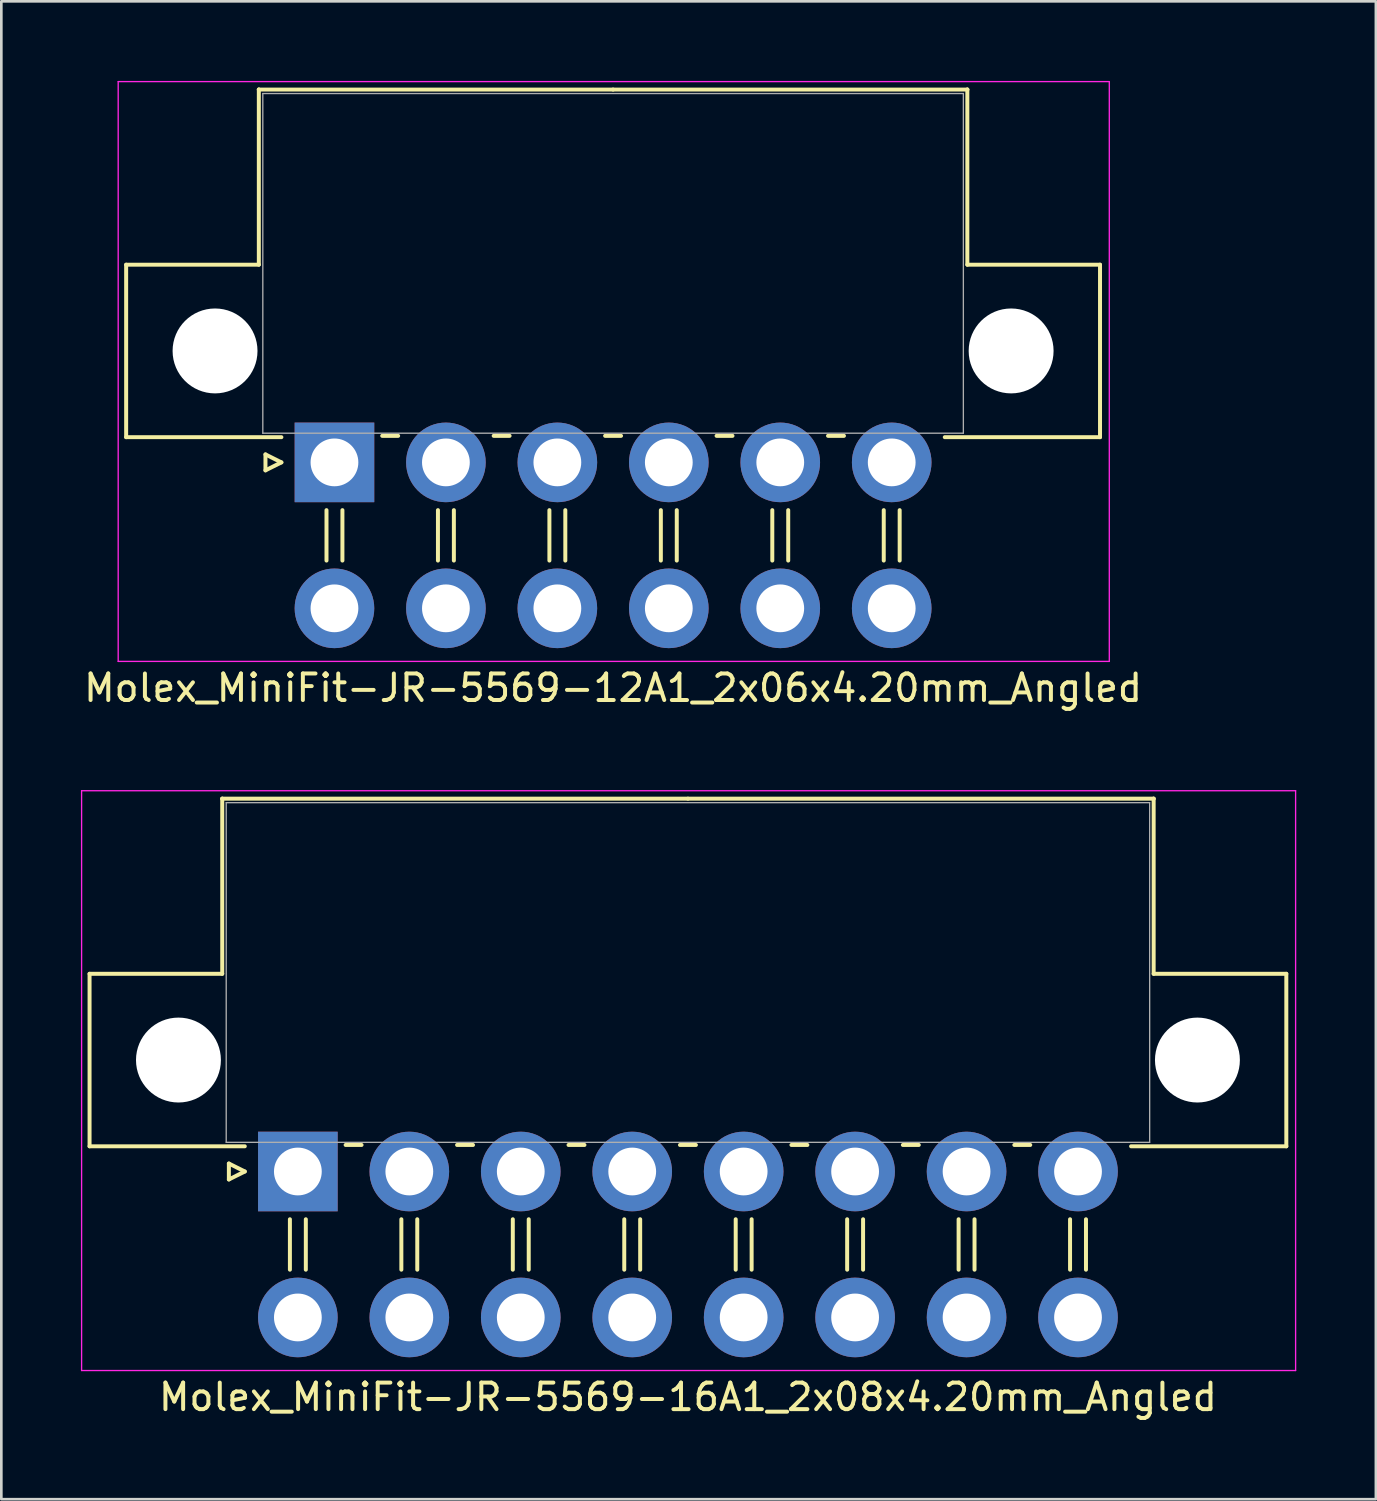
<source format=kicad_pcb>
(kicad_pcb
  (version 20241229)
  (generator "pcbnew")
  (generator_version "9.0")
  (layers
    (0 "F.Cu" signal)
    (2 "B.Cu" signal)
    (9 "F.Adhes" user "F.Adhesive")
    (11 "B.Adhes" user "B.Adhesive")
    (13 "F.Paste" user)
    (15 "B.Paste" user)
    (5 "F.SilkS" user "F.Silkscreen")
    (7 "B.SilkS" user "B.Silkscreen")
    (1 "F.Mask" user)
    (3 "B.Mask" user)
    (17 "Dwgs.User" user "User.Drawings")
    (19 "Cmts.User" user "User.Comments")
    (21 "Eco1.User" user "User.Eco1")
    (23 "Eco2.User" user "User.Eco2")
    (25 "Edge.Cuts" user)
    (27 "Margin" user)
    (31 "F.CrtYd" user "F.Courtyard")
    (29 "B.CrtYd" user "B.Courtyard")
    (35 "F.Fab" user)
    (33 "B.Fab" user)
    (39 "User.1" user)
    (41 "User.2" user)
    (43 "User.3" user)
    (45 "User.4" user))
  (footprint "Molex_MiniFit-JR-5569-12A1_2x06x4.20mm_Angled"
    (layer "F.Cu")
    (at 9.554 14.375)
    (property "Reference" "Molex_MiniFit-JR-5569-12A1_2x06x4.20mm_Angled" (at 10.5 8.5 0) (layer "F.SilkS") (effects (font (size 1 1) (thickness 0.15))))
    (attr through_hole)
    (fp_line (start -7.85 -7.45) (end -7.85 -0.95) (stroke (width 0.15) (type solid)) (layer "F.SilkS"))
    (fp_line (start -7.85 -0.95) (end -2 -0.95) (stroke (width 0.15) (type solid)) (layer "F.SilkS"))
    (fp_line (start -2.85 -14.05) (end -2.85 -14.05) (stroke (width 0.15) (type solid)) (layer "F.SilkS"))
    (fp_line (start -2.85 -14.05) (end -2.85 -7.45) (stroke (width 0.15) (type solid)) (layer "F.SilkS"))
    (fp_line (start -2.85 -7.45) (end -7.85 -7.45) (stroke (width 0.15) (type solid)) (layer "F.SilkS"))
    (fp_line (start -2.6 -0.3) (end -2 0) (stroke (width 0.15) (type solid)) (layer "F.SilkS"))
    (fp_line (start -2.6 0.3) (end -2.6 -0.3) (stroke (width 0.15) (type solid)) (layer "F.SilkS"))
    (fp_line (start -2 0) (end -2.6 0.3) (stroke (width 0.15) (type solid)) (layer "F.SilkS"))
    (fp_line (start -0.3 1.8) (end -0.3 3.7) (stroke (width 0.15) (type solid)) (layer "F.SilkS"))
    (fp_line (start 0.3 1.8) (end 0.3 3.7) (stroke (width 0.15) (type solid)) (layer "F.SilkS"))
    (fp_line (start 1.8 -1) (end 2.4 -1) (stroke (width 0.15) (type solid)) (layer "F.SilkS"))
    (fp_line (start 3.9 1.8) (end 3.9 3.7) (stroke (width 0.15) (type solid)) (layer "F.SilkS"))
    (fp_line (start 4.5 1.8) (end 4.5 3.7) (stroke (width 0.15) (type solid)) (layer "F.SilkS"))
    (fp_line (start 6 -1) (end 6.6 -1) (stroke (width 0.15) (type solid)) (layer "F.SilkS"))
    (fp_line (start 8.1 1.8) (end 8.1 3.7) (stroke (width 0.15) (type solid)) (layer "F.SilkS"))
    (fp_line (start 8.7 1.8) (end 8.7 3.7) (stroke (width 0.15) (type solid)) (layer "F.SilkS"))
    (fp_line (start 10.2 -1) (end 10.8 -1) (stroke (width 0.15) (type solid)) (layer "F.SilkS"))
    (fp_line (start 10.5 -14.05) (end -2.85 -14.05) (stroke (width 0.15) (type solid)) (layer "F.SilkS"))
    (fp_line (start 10.5 -14.05) (end 23.85 -14.05) (stroke (width 0.15) (type solid)) (layer "F.SilkS"))
    (fp_line (start 12.3 1.8) (end 12.3 3.7) (stroke (width 0.15) (type solid)) (layer "F.SilkS"))
    (fp_line (start 12.9 1.8) (end 12.9 3.7) (stroke (width 0.15) (type solid)) (layer "F.SilkS"))
    (fp_line (start 14.4 -1) (end 15 -1) (stroke (width 0.15) (type solid)) (layer "F.SilkS"))
    (fp_line (start 16.5 1.8) (end 16.5 3.7) (stroke (width 0.15) (type solid)) (layer "F.SilkS"))
    (fp_line (start 17.1 1.8) (end 17.1 3.7) (stroke (width 0.15) (type solid)) (layer "F.SilkS"))
    (fp_line (start 18.6 -1) (end 19.2 -1) (stroke (width 0.15) (type solid)) (layer "F.SilkS"))
    (fp_line (start 20.7 1.8) (end 20.7 3.7) (stroke (width 0.15) (type solid)) (layer "F.SilkS"))
    (fp_line (start 21.3 1.8) (end 21.3 3.7) (stroke (width 0.15) (type solid)) (layer "F.SilkS"))
    (fp_line (start 23.85 -14.05) (end 23.85 -14.05) (stroke (width 0.15) (type solid)) (layer "F.SilkS"))
    (fp_line (start 23.85 -14.05) (end 23.85 -7.45) (stroke (width 0.15) (type solid)) (layer "F.SilkS"))
    (fp_line (start 23.85 -7.45) (end 28.85 -7.45) (stroke (width 0.15) (type solid)) (layer "F.SilkS"))
    (fp_line (start 28.85 -7.45) (end 28.85 -0.95) (stroke (width 0.15) (type solid)) (layer "F.SilkS"))
    (fp_line (start 28.85 -0.95) (end 23 -0.95) (stroke (width 0.15) (type solid)) (layer "F.SilkS"))
    (fp_line (start -8.15 -14.35) (end -8.15 7.5) (stroke (width 0.05) (type solid)) (layer "F.CrtYd"))
    (fp_line (start -8.15 7.5) (end 29.2 7.5) (stroke (width 0.05) (type solid)) (layer "F.CrtYd"))
    (fp_line (start 29.2 -14.35) (end -8.15 -14.35) (stroke (width 0.05) (type solid)) (layer "F.CrtYd"))
    (fp_line (start 29.2 7.5) (end 29.2 -14.35) (stroke (width 0.05) (type solid)) (layer "F.CrtYd"))
    (fp_line (start -2.7 -13.9) (end -2.7 -1.1) (stroke (width 0.05) (type solid)) (layer "F.Fab"))
    (fp_line (start -2.7 -1.1) (end 23.7 -1.1) (stroke (width 0.05) (type solid)) (layer "F.Fab"))
    (fp_line (start 23.7 -13.9) (end -2.7 -13.9) (stroke (width 0.05) (type solid)) (layer "F.Fab"))
    (fp_line (start 23.7 -1.1) (end 23.7 -13.9) (stroke (width 0.05) (type solid)) (layer "F.Fab"))
    (pad "" np_thru_hole circle (at -4.5 -4.2) (size 3.2 3.2) (drill 3.2) (layers "*.Cu"))
    (pad "" np_thru_hole circle (at 25.5 -4.2) (size 3.2 3.2) (drill 3.2) (layers "*.Cu"))
    (pad "1" thru_hole rect (at 0 0) (size 3 3) (drill 1.8) (layers "*.Cu" "*.Mask"))
    (pad "2" thru_hole circle (at 4.2 0) (size 3 3) (drill 1.8) (layers "*.Cu" "*.Mask"))
    (pad "3" thru_hole circle (at 8.4 0) (size 3 3) (drill 1.8) (layers "*.Cu" "*.Mask"))
    (pad "4" thru_hole circle (at 12.6 0) (size 3 3) (drill 1.8) (layers "*.Cu" "*.Mask"))
    (pad "5" thru_hole circle (at 16.8 0) (size 3 3) (drill 1.8) (layers "*.Cu" "*.Mask"))
    (pad "6" thru_hole circle (at 21 0) (size 3 3) (drill 1.8) (layers "*.Cu" "*.Mask"))
    (pad "7" thru_hole circle (at 0 5.5) (size 3 3) (drill 1.8) (layers "*.Cu" "*.Mask"))
    (pad "8" thru_hole circle (at 4.2 5.5) (size 3 3) (drill 1.8) (layers "*.Cu" "*.Mask"))
    (pad "9" thru_hole circle (at 8.4 5.5) (size 3 3) (drill 1.8) (layers "*.Cu" "*.Mask"))
    (pad "10" thru_hole circle (at 12.6 5.5) (size 3 3) (drill 1.8) (layers "*.Cu" "*.Mask"))
    (pad "11" thru_hole circle (at 16.8 5.5) (size 3 3) (drill 1.8) (layers "*.Cu" "*.Mask"))
    (pad "12" thru_hole circle (at 21 5.5) (size 3 3) (drill 1.8) (layers "*.Cu" "*.Mask")))
  (footprint "Molex_MiniFit-JR-5569-16A1_2x08x4.20mm_Angled"
    (layer "F.Cu")
    (at 8.175 41.098)
    (property "Reference" "Molex_MiniFit-JR-5569-16A1_2x08x4.20mm_Angled" (at 14.7 8.5 0) (layer "F.SilkS") (effects (font (size 1 1) (thickness 0.15))))
    (attr through_hole)
    (fp_line (start -7.85 -7.45) (end -7.85 -0.95) (stroke (width 0.15) (type solid)) (layer "F.SilkS"))
    (fp_line (start -7.85 -0.95) (end -2 -0.95) (stroke (width 0.15) (type solid)) (layer "F.SilkS"))
    (fp_line (start -2.85 -14.05) (end -2.85 -14.05) (stroke (width 0.15) (type solid)) (layer "F.SilkS"))
    (fp_line (start -2.85 -14.05) (end -2.85 -7.45) (stroke (width 0.15) (type solid)) (layer "F.SilkS"))
    (fp_line (start -2.85 -7.45) (end -7.85 -7.45) (stroke (width 0.15) (type solid)) (layer "F.SilkS"))
    (fp_line (start -2.6 -0.3) (end -2 0) (stroke (width 0.15) (type solid)) (layer "F.SilkS"))
    (fp_line (start -2.6 0.3) (end -2.6 -0.3) (stroke (width 0.15) (type solid)) (layer "F.SilkS"))
    (fp_line (start -2 0) (end -2.6 0.3) (stroke (width 0.15) (type solid)) (layer "F.SilkS"))
    (fp_line (start -0.3 1.8) (end -0.3 3.7) (stroke (width 0.15) (type solid)) (layer "F.SilkS"))
    (fp_line (start 0.3 1.8) (end 0.3 3.7) (stroke (width 0.15) (type solid)) (layer "F.SilkS"))
    (fp_line (start 1.8 -1) (end 2.4 -1) (stroke (width 0.15) (type solid)) (layer "F.SilkS"))
    (fp_line (start 3.9 1.8) (end 3.9 3.7) (stroke (width 0.15) (type solid)) (layer "F.SilkS"))
    (fp_line (start 4.5 1.8) (end 4.5 3.7) (stroke (width 0.15) (type solid)) (layer "F.SilkS"))
    (fp_line (start 6 -1) (end 6.6 -1) (stroke (width 0.15) (type solid)) (layer "F.SilkS"))
    (fp_line (start 8.1 1.8) (end 8.1 3.7) (stroke (width 0.15) (type solid)) (layer "F.SilkS"))
    (fp_line (start 8.7 1.8) (end 8.7 3.7) (stroke (width 0.15) (type solid)) (layer "F.SilkS"))
    (fp_line (start 10.2 -1) (end 10.8 -1) (stroke (width 0.15) (type solid)) (layer "F.SilkS"))
    (fp_line (start 12.3 1.8) (end 12.3 3.7) (stroke (width 0.15) (type solid)) (layer "F.SilkS"))
    (fp_line (start 12.9 1.8) (end 12.9 3.7) (stroke (width 0.15) (type solid)) (layer "F.SilkS"))
    (fp_line (start 14.4 -1) (end 15 -1) (stroke (width 0.15) (type solid)) (layer "F.SilkS"))
    (fp_line (start 14.7 -14.05) (end -2.85 -14.05) (stroke (width 0.15) (type solid)) (layer "F.SilkS"))
    (fp_line (start 14.7 -14.05) (end 32.25 -14.05) (stroke (width 0.15) (type solid)) (layer "F.SilkS"))
    (fp_line (start 16.5 1.8) (end 16.5 3.7) (stroke (width 0.15) (type solid)) (layer "F.SilkS"))
    (fp_line (start 17.1 1.8) (end 17.1 3.7) (stroke (width 0.15) (type solid)) (layer "F.SilkS"))
    (fp_line (start 18.6 -1) (end 19.2 -1) (stroke (width 0.15) (type solid)) (layer "F.SilkS"))
    (fp_line (start 20.7 1.8) (end 20.7 3.7) (stroke (width 0.15) (type solid)) (layer "F.SilkS"))
    (fp_line (start 21.3 1.8) (end 21.3 3.7) (stroke (width 0.15) (type solid)) (layer "F.SilkS"))
    (fp_line (start 22.8 -1) (end 23.4 -1) (stroke (width 0.15) (type solid)) (layer "F.SilkS"))
    (fp_line (start 24.9 1.8) (end 24.9 3.7) (stroke (width 0.15) (type solid)) (layer "F.SilkS"))
    (fp_line (start 25.5 1.8) (end 25.5 3.7) (stroke (width 0.15) (type solid)) (layer "F.SilkS"))
    (fp_line (start 27 -1) (end 27.6 -1) (stroke (width 0.15) (type solid)) (layer "F.SilkS"))
    (fp_line (start 29.1 1.8) (end 29.1 3.7) (stroke (width 0.15) (type solid)) (layer "F.SilkS"))
    (fp_line (start 29.7 1.8) (end 29.7 3.7) (stroke (width 0.15) (type solid)) (layer "F.SilkS"))
    (fp_line (start 32.25 -14.05) (end 32.25 -14.05) (stroke (width 0.15) (type solid)) (layer "F.SilkS"))
    (fp_line (start 32.25 -14.05) (end 32.25 -7.45) (stroke (width 0.15) (type solid)) (layer "F.SilkS"))
    (fp_line (start 32.25 -7.45) (end 37.25 -7.45) (stroke (width 0.15) (type solid)) (layer "F.SilkS"))
    (fp_line (start 37.25 -7.45) (end 37.25 -0.95) (stroke (width 0.15) (type solid)) (layer "F.SilkS"))
    (fp_line (start 37.25 -0.95) (end 31.4 -0.95) (stroke (width 0.15) (type solid)) (layer "F.SilkS"))
    (fp_line (start -8.15 -14.35) (end -8.15 7.5) (stroke (width 0.05) (type solid)) (layer "F.CrtYd"))
    (fp_line (start -8.15 7.5) (end 37.6 7.5) (stroke (width 0.05) (type solid)) (layer "F.CrtYd"))
    (fp_line (start 37.6 -14.35) (end -8.15 -14.35) (stroke (width 0.05) (type solid)) (layer "F.CrtYd"))
    (fp_line (start 37.6 7.5) (end 37.6 -14.35) (stroke (width 0.05) (type solid)) (layer "F.CrtYd"))
    (fp_line (start -2.7 -13.9) (end -2.7 -1.1) (stroke (width 0.05) (type solid)) (layer "F.Fab"))
    (fp_line (start -2.7 -1.1) (end 32.1 -1.1) (stroke (width 0.05) (type solid)) (layer "F.Fab"))
    (fp_line (start 32.1 -13.9) (end -2.7 -13.9) (stroke (width 0.05) (type solid)) (layer "F.Fab"))
    (fp_line (start 32.1 -1.1) (end 32.1 -13.9) (stroke (width 0.05) (type solid)) (layer "F.Fab"))
    (pad "" np_thru_hole circle (at -4.5 -4.2) (size 3.2 3.2) (drill 3.2) (layers "*.Cu"))
    (pad "" np_thru_hole circle (at 33.9 -4.2) (size 3.2 3.2) (drill 3.2) (layers "*.Cu"))
    (pad "1" thru_hole rect (at 0 0) (size 3 3) (drill 1.8) (layers "*.Cu" "*.Mask"))
    (pad "2" thru_hole circle (at 4.2 0) (size 3 3) (drill 1.8) (layers "*.Cu" "*.Mask"))
    (pad "3" thru_hole circle (at 8.4 0) (size 3 3) (drill 1.8) (layers "*.Cu" "*.Mask"))
    (pad "4" thru_hole circle (at 12.6 0) (size 3 3) (drill 1.8) (layers "*.Cu" "*.Mask"))
    (pad "5" thru_hole circle (at 16.8 0) (size 3 3) (drill 1.8) (layers "*.Cu" "*.Mask"))
    (pad "6" thru_hole circle (at 21 0) (size 3 3) (drill 1.8) (layers "*.Cu" "*.Mask"))
    (pad "7" thru_hole circle (at 25.2 0) (size 3 3) (drill 1.8) (layers "*.Cu" "*.Mask"))
    (pad "8" thru_hole circle (at 29.4 0) (size 3 3) (drill 1.8) (layers "*.Cu" "*.Mask"))
    (pad "9" thru_hole circle (at 0 5.5) (size 3 3) (drill 1.8) (layers "*.Cu" "*.Mask"))
    (pad "10" thru_hole circle (at 4.2 5.5) (size 3 3) (drill 1.8) (layers "*.Cu" "*.Mask"))
    (pad "11" thru_hole circle (at 8.4 5.5) (size 3 3) (drill 1.8) (layers "*.Cu" "*.Mask"))
    (pad "12" thru_hole circle (at 12.6 5.5) (size 3 3) (drill 1.8) (layers "*.Cu" "*.Mask"))
    (pad "13" thru_hole circle (at 16.8 5.5) (size 3 3) (drill 1.8) (layers "*.Cu" "*.Mask"))
    (pad "14" thru_hole circle (at 21 5.5) (size 3 3) (drill 1.8) (layers "*.Cu" "*.Mask"))
    (pad "15" thru_hole circle (at 25.2 5.5) (size 3 3) (drill 1.8) (layers "*.Cu" "*.Mask"))
    (pad "16" thru_hole circle (at 29.4 5.5) (size 3 3) (drill 1.8) (layers "*.Cu" "*.Mask")))
  (gr_rect
    (start -3 -3)
    (end 48.8 53.447)
    (stroke (width 0.1) (type default))
    (fill no)
    (layer "Edge.Cuts")))
</source>
